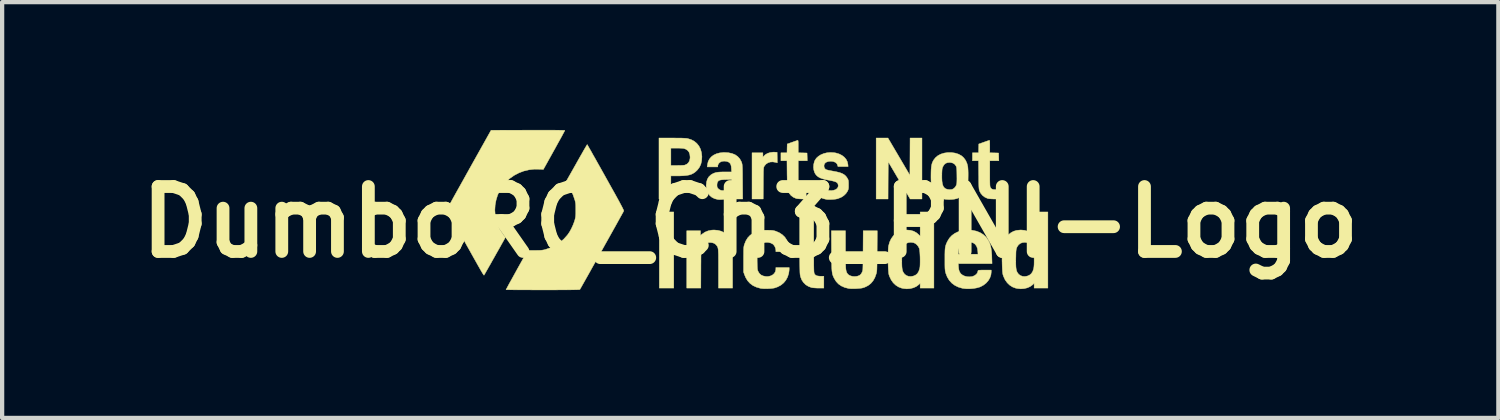
<source format=kicad_pcb>
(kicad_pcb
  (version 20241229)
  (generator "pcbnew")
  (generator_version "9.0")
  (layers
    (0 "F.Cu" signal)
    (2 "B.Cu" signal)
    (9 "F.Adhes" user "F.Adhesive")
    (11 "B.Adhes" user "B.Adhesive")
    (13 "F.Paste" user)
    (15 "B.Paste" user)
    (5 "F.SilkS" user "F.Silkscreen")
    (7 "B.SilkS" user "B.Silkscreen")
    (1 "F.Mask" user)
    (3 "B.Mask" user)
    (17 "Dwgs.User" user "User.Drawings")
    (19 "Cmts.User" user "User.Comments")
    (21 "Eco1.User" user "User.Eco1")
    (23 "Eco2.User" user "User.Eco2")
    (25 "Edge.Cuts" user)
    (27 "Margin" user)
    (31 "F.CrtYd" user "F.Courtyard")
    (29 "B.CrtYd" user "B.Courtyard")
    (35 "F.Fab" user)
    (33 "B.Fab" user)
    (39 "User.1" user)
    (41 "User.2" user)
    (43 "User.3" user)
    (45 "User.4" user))
  (footprint "DumboRC_Ch3_PNI-Logo"
    (layer "F.Cu")
    (at 14.558 2.162)
    (property "Reference" "DumboRC_Ch3_PNI-Logo" (at 0 0 0) (layer "F.SilkS") (effects (font (size 1.524 1.524) (thickness 0.3))))
    (attr through_hole)
    (fp_poly (pts (xy -1.795 1.549) (xy -2.134 1.549) (xy -2.134 -0.237) (xy -1.795 -0.237) (xy -1.795 1.549)) (stroke (width 0.01) (type solid)) (fill yes) (layer "F.SilkS"))
    (fp_poly (pts (xy 3.747 -1.098) (xy 3.751 -1.973) (xy 4.03 -1.973) (xy 4.03 -0.542) (xy 3.753 -0.542) (xy 3.496 -0.979) (xy 3.239 -1.416) (xy 3.236 -0.979) (xy 3.234 -0.542) (xy 2.955 -0.542) (xy 2.955 -1.973) (xy 3.232 -1.973) (xy 3.747 -1.098)) (stroke (width 0.01) (type solid)) (fill yes) (layer "F.SilkS"))
    (fp_poly (pts (xy 0.564 -1.641) (xy 0.631 -1.638) (xy 0.635 -1.391) (xy 0.591 -1.403) (xy 0.527 -1.413) (xy 0.467 -1.409) (xy 0.414 -1.391) (xy 0.368 -1.36) (xy 0.333 -1.317) (xy 0.327 -1.308) (xy 0.323 -1.299) (xy 0.319 -1.29) (xy 0.316 -1.279) (xy 0.314 -1.264) (xy 0.312 -1.243) (xy 0.311 -1.215) (xy 0.309 -1.179) (xy 0.309 -1.132) (xy 0.308 -1.074) (xy 0.307 -1.002) (xy 0.307 -0.914) (xy 0.307 -0.908) (xy 0.304 -0.542) (xy 0.042 -0.542) (xy 0.042 -1.626) (xy 0.296 -1.626) (xy 0.297 -1.573) (xy 0.297 -1.52) (xy 0.314 -1.543) (xy 0.354 -1.582) (xy 0.405 -1.612) (xy 0.466 -1.632) (xy 0.534 -1.641) (xy 0.564 -1.641)) (stroke (width 0.01) (type solid)) (fill yes) (layer "F.SilkS"))
    (fp_poly (pts (xy 1.49 0.472) (xy 1.49 0.599) (xy 1.49 0.709) (xy 1.49 0.805) (xy 1.491 0.888) (xy 1.491 0.958) (xy 1.491 1.016) (xy 1.492 1.064) (xy 1.493 1.103) (xy 1.494 1.134) (xy 1.495 1.158) (xy 1.497 1.177) (xy 1.499 1.19) (xy 1.501 1.2) (xy 1.503 1.207) (xy 1.505 1.211) (xy 1.523 1.237) (xy 1.549 1.255) (xy 1.585 1.265) (xy 1.633 1.27) (xy 1.653 1.27) (xy 1.727 1.27) (xy 1.727 1.549) (xy 1.607 1.549) (xy 1.559 1.548) (xy 1.513 1.545) (xy 1.475 1.542) (xy 1.447 1.538) (xy 1.443 1.538) (xy 1.369 1.511) (xy 1.304 1.472) (xy 1.251 1.42) (xy 1.209 1.358) (xy 1.181 1.285) (xy 1.172 1.246) (xy 1.17 1.231) (xy 1.168 1.21) (xy 1.166 1.182) (xy 1.165 1.146) (xy 1.164 1.102) (xy 1.163 1.048) (xy 1.162 0.984) (xy 1.161 0.907) (xy 1.161 0.818) (xy 1.161 0.714) (xy 1.16 0.596) (xy 1.16 0.472) (xy 1.16 -0.237) (xy 1.49 -0.237) (xy 1.49 0.472)) (stroke (width 0.01) (type solid)) (fill yes) (layer "F.SilkS"))
    (fp_poly (pts (xy -1.835 -1.973) (xy -1.747 -1.972) (xy -1.674 -1.972) (xy -1.615 -1.971) (xy -1.567 -1.969) (xy -1.53 -1.967) (xy -1.5 -1.965) (xy -1.477 -1.962) (xy -1.469 -1.96) (xy -1.387 -1.935) (xy -1.315 -1.897) (xy -1.254 -1.846) (xy -1.205 -1.785) (xy -1.168 -1.713) (xy -1.145 -1.632) (xy -1.135 -1.542) (xy -1.135 -1.527) (xy -1.141 -1.438) (xy -1.159 -1.359) (xy -1.191 -1.29) (xy -1.237 -1.228) (xy -1.253 -1.211) (xy -1.293 -1.175) (xy -1.335 -1.146) (xy -1.38 -1.123) (xy -1.432 -1.106) (xy -1.492 -1.095) (xy -1.563 -1.088) (xy -1.647 -1.084) (xy -1.695 -1.084) (xy -1.863 -1.084) (xy -1.863 -0.542) (xy -2.142 -0.542) (xy -2.142 -1.736) (xy -1.863 -1.736) (xy -1.863 -1.329) (xy -1.712 -1.329) (xy -1.653 -1.33) (xy -1.603 -1.331) (xy -1.564 -1.334) (xy -1.538 -1.337) (xy -1.532 -1.339) (xy -1.483 -1.363) (xy -1.447 -1.398) (xy -1.423 -1.445) (xy -1.412 -1.503) (xy -1.412 -1.53) (xy -1.419 -1.592) (xy -1.438 -1.643) (xy -1.471 -1.684) (xy -1.515 -1.712) (xy -1.559 -1.727) (xy -1.582 -1.73) (xy -1.619 -1.733) (xy -1.663 -1.735) (xy -1.712 -1.736) (xy -1.732 -1.736) (xy -1.863 -1.736) (xy -2.142 -1.736) (xy -2.142 -1.973) (xy -1.835 -1.973)) (stroke (width 0.01) (type solid)) (fill yes) (layer "F.SilkS"))
    (fp_poly (pts (xy 1.12 -1.915) (xy 1.123 -1.905) (xy 1.125 -1.887) (xy 1.126 -1.857) (xy 1.126 -1.814) (xy 1.126 -1.775) (xy 1.126 -1.626) (xy 1.23 -1.624) (xy 1.333 -1.621) (xy 1.336 -1.53) (xy 1.338 -1.439) (xy 1.126 -1.439) (xy 1.126 -1.141) (xy 1.126 -1.061) (xy 1.126 -0.996) (xy 1.127 -0.944) (xy 1.128 -0.904) (xy 1.129 -0.874) (xy 1.131 -0.851) (xy 1.133 -0.835) (xy 1.137 -0.823) (xy 1.141 -0.814) (xy 1.141 -0.813) (xy 1.158 -0.788) (xy 1.18 -0.773) (xy 1.212 -0.764) (xy 1.255 -0.762) (xy 1.312 -0.762) (xy 1.312 -0.542) (xy 1.213 -0.542) (xy 1.167 -0.544) (xy 1.125 -0.547) (xy 1.092 -0.551) (xy 1.078 -0.554) (xy 1.012 -0.583) (xy 0.957 -0.624) (xy 0.913 -0.677) (xy 0.887 -0.727) (xy 0.883 -0.74) (xy 0.879 -0.753) (xy 0.876 -0.767) (xy 0.873 -0.786) (xy 0.871 -0.81) (xy 0.87 -0.841) (xy 0.868 -0.881) (xy 0.867 -0.932) (xy 0.867 -0.996) (xy 0.866 -1.075) (xy 0.865 -1.107) (xy 0.862 -1.439) (xy 0.72 -1.439) (xy 0.72 -1.626) (xy 0.863 -1.626) (xy 0.865 -1.729) (xy 0.868 -1.833) (xy 0.982 -1.873) (xy 1.024 -1.888) (xy 1.062 -1.901) (xy 1.091 -1.911) (xy 1.109 -1.917) (xy 1.111 -1.918) (xy 1.117 -1.919) (xy 1.12 -1.915)) (stroke (width 0.01) (type solid)) (fill yes) (layer "F.SilkS"))
    (fp_poly (pts (xy 5.616 -1.915) (xy 5.619 -1.905) (xy 5.621 -1.887) (xy 5.621 -1.857) (xy 5.622 -1.814) (xy 5.622 -1.775) (xy 5.622 -1.626) (xy 5.726 -1.624) (xy 5.829 -1.621) (xy 5.832 -1.53) (xy 5.834 -1.439) (xy 5.622 -1.439) (xy 5.622 -1.141) (xy 5.622 -1.061) (xy 5.622 -0.996) (xy 5.623 -0.944) (xy 5.624 -0.904) (xy 5.625 -0.874) (xy 5.627 -0.851) (xy 5.629 -0.835) (xy 5.632 -0.823) (xy 5.636 -0.814) (xy 5.637 -0.813) (xy 5.653 -0.788) (xy 5.676 -0.773) (xy 5.708 -0.764) (xy 5.751 -0.762) (xy 5.808 -0.762) (xy 5.808 -0.542) (xy 5.709 -0.542) (xy 5.662 -0.544) (xy 5.62 -0.547) (xy 5.588 -0.551) (xy 5.573 -0.554) (xy 5.508 -0.583) (xy 5.453 -0.624) (xy 5.409 -0.677) (xy 5.383 -0.727) (xy 5.378 -0.74) (xy 5.375 -0.753) (xy 5.371 -0.767) (xy 5.369 -0.786) (xy 5.367 -0.81) (xy 5.365 -0.841) (xy 5.364 -0.881) (xy 5.363 -0.932) (xy 5.362 -0.996) (xy 5.362 -1.075) (xy 5.361 -1.107) (xy 5.358 -1.439) (xy 5.215 -1.439) (xy 5.215 -1.626) (xy 5.359 -1.626) (xy 5.361 -1.729) (xy 5.364 -1.833) (xy 5.478 -1.873) (xy 5.52 -1.888) (xy 5.558 -1.901) (xy 5.587 -1.911) (xy 5.604 -1.917) (xy 5.607 -1.918) (xy 5.612 -1.919) (xy 5.616 -1.915)) (stroke (width 0.01) (type solid)) (fill yes) (layer "F.SilkS"))
    (fp_poly (pts (xy -0.76 0.194) (xy -0.679 0.215) (xy -0.609 0.25) (xy -0.548 0.299) (xy -0.498 0.36) (xy -0.46 0.433) (xy -0.434 0.517) (xy -0.428 0.545) (xy -0.425 0.565) (xy -0.422 0.588) (xy -0.42 0.616) (xy -0.419 0.651) (xy -0.417 0.694) (xy -0.416 0.746) (xy -0.416 0.81) (xy -0.415 0.885) (xy -0.415 0.975) (xy -0.415 1.08) (xy -0.415 1.549) (xy -0.745 1.549) (xy -0.745 1.097) (xy -0.745 0.994) (xy -0.745 0.906) (xy -0.746 0.832) (xy -0.746 0.771) (xy -0.748 0.721) (xy -0.75 0.68) (xy -0.752 0.648) (xy -0.756 0.622) (xy -0.76 0.602) (xy -0.766 0.586) (xy -0.773 0.572) (xy -0.781 0.56) (xy -0.791 0.547) (xy -0.792 0.544) (xy -0.826 0.511) (xy -0.869 0.49) (xy -0.921 0.48) (xy -0.948 0.479) (xy -1.009 0.485) (xy -1.06 0.505) (xy -1.102 0.538) (xy -1.136 0.586) (xy -1.137 0.588) (xy -1.141 0.596) (xy -1.145 0.604) (xy -1.148 0.614) (xy -1.15 0.628) (xy -1.152 0.646) (xy -1.153 0.67) (xy -1.154 0.701) (xy -1.155 0.742) (xy -1.156 0.793) (xy -1.157 0.856) (xy -1.157 0.932) (xy -1.158 1.022) (xy -1.158 1.086) (xy -1.16 1.549) (xy -1.49 1.549) (xy -1.49 0.203) (xy -1.168 0.203) (xy -1.168 0.314) (xy -1.128 0.281) (xy -1.062 0.236) (xy -0.989 0.206) (xy -0.907 0.189) (xy -0.848 0.186) (xy -0.76 0.194)) (stroke (width 0.01) (type solid)) (fill yes) (layer "F.SilkS"))
    (fp_poly (pts (xy 2.235 0.642) (xy 2.235 0.746) (xy 2.236 0.836) (xy 2.236 0.911) (xy 2.237 0.974) (xy 2.239 1.025) (xy 2.241 1.068) (xy 2.244 1.102) (xy 2.248 1.129) (xy 2.253 1.151) (xy 2.259 1.17) (xy 2.266 1.186) (xy 2.274 1.201) (xy 2.279 1.208) (xy 2.306 1.237) (xy 2.345 1.259) (xy 2.393 1.273) (xy 2.445 1.278) (xy 2.499 1.273) (xy 2.524 1.267) (xy 2.561 1.253) (xy 2.588 1.233) (xy 2.611 1.203) (xy 2.626 1.173) (xy 2.631 1.163) (xy 2.634 1.154) (xy 2.637 1.143) (xy 2.64 1.13) (xy 2.642 1.112) (xy 2.643 1.089) (xy 2.644 1.058) (xy 2.645 1.019) (xy 2.646 0.97) (xy 2.647 0.91) (xy 2.647 0.837) (xy 2.648 0.749) (xy 2.648 0.667) (xy 2.651 0.203) (xy 2.981 0.203) (xy 2.978 0.675) (xy 2.978 0.777) (xy 2.977 0.863) (xy 2.976 0.936) (xy 2.975 0.995) (xy 2.974 1.044) (xy 2.973 1.084) (xy 2.972 1.116) (xy 2.97 1.141) (xy 2.968 1.161) (xy 2.965 1.178) (xy 2.962 1.193) (xy 2.958 1.208) (xy 2.957 1.213) (xy 2.925 1.302) (xy 2.883 1.377) (xy 2.83 1.44) (xy 2.765 1.49) (xy 2.689 1.528) (xy 2.637 1.545) (xy 2.605 1.551) (xy 2.561 1.556) (xy 2.51 1.56) (xy 2.455 1.563) (xy 2.402 1.563) (xy 2.354 1.562) (xy 2.318 1.559) (xy 2.31 1.558) (xy 2.218 1.535) (xy 2.139 1.5) (xy 2.072 1.454) (xy 2.016 1.395) (xy 1.972 1.324) (xy 1.969 1.318) (xy 1.957 1.294) (xy 1.947 1.272) (xy 1.939 1.25) (xy 1.931 1.227) (xy 1.926 1.201) (xy 1.921 1.171) (xy 1.917 1.136) (xy 1.914 1.093) (xy 1.912 1.042) (xy 1.911 0.98) (xy 1.909 0.907) (xy 1.908 0.82) (xy 1.908 0.719) (xy 1.907 0.671) (xy 1.904 0.203) (xy 2.235 0.203) (xy 2.235 0.642)) (stroke (width 0.01) (type solid)) (fill yes) (layer "F.SilkS"))
    (fp_poly (pts (xy 4.31 1.549) (xy 3.988 1.549) (xy 3.988 1.437) (xy 3.949 1.473) (xy 3.893 1.514) (xy 3.826 1.543) (xy 3.752 1.561) (xy 3.674 1.567) (xy 3.594 1.559) (xy 3.556 1.551) (xy 3.481 1.523) (xy 3.414 1.48) (xy 3.355 1.424) (xy 3.307 1.356) (xy 3.269 1.277) (xy 3.254 1.232) (xy 3.249 1.205) (xy 3.245 1.165) (xy 3.241 1.112) (xy 3.238 1.051) (xy 3.236 0.984) (xy 3.235 0.926) (xy 3.557 0.926) (xy 3.558 0.991) (xy 3.56 1.044) (xy 3.564 1.086) (xy 3.57 1.121) (xy 3.578 1.149) (xy 3.589 1.174) (xy 3.59 1.177) (xy 3.622 1.222) (xy 3.664 1.254) (xy 3.714 1.273) (xy 3.77 1.277) (xy 3.83 1.267) (xy 3.83 1.266) (xy 3.882 1.243) (xy 3.923 1.208) (xy 3.953 1.16) (xy 3.974 1.099) (xy 3.98 1.072) (xy 3.984 1.038) (xy 3.986 0.992) (xy 3.987 0.938) (xy 3.987 0.879) (xy 3.986 0.818) (xy 3.983 0.76) (xy 3.98 0.706) (xy 3.975 0.661) (xy 3.97 0.629) (xy 3.967 0.619) (xy 3.946 0.575) (xy 3.914 0.535) (xy 3.876 0.503) (xy 3.836 0.485) (xy 3.834 0.484) (xy 3.769 0.475) (xy 3.712 0.481) (xy 3.661 0.501) (xy 3.62 0.535) (xy 3.588 0.582) (xy 3.58 0.601) (xy 3.574 0.617) (xy 3.569 0.634) (xy 3.565 0.654) (xy 3.563 0.679) (xy 3.561 0.712) (xy 3.559 0.756) (xy 3.558 0.812) (xy 3.558 0.847) (xy 3.557 0.926) (xy 3.235 0.926) (xy 3.235 0.913) (xy 3.235 0.841) (xy 3.235 0.771) (xy 3.236 0.705) (xy 3.238 0.647) (xy 3.241 0.599) (xy 3.245 0.563) (xy 3.247 0.556) (xy 3.271 0.47) (xy 3.307 0.393) (xy 3.354 0.327) (xy 3.382 0.298) (xy 3.442 0.25) (xy 3.506 0.216) (xy 3.576 0.195) (xy 3.655 0.187) (xy 3.677 0.186) (xy 3.76 0.193) (xy 3.834 0.214) (xy 3.9 0.25) (xy 3.951 0.293) (xy 3.988 0.33) (xy 3.988 -0.237) (xy 4.31 -0.237) (xy 4.31 1.549)) (stroke (width 0.01) (type solid)) (fill yes) (layer "F.SilkS"))
    (fp_poly (pts (xy 6.985 1.549) (xy 6.663 1.549) (xy 6.663 1.437) (xy 6.625 1.473) (xy 6.568 1.514) (xy 6.502 1.543) (xy 6.428 1.561) (xy 6.35 1.567) (xy 6.27 1.559) (xy 6.231 1.551) (xy 6.156 1.523) (xy 6.089 1.48) (xy 6.031 1.424) (xy 5.982 1.356) (xy 5.945 1.277) (xy 5.93 1.232) (xy 5.925 1.205) (xy 5.92 1.165) (xy 5.917 1.112) (xy 5.914 1.051) (xy 5.912 0.984) (xy 5.911 0.926) (xy 6.232 0.926) (xy 6.233 0.991) (xy 6.235 1.044) (xy 6.239 1.086) (xy 6.245 1.121) (xy 6.253 1.149) (xy 6.264 1.174) (xy 6.265 1.177) (xy 6.297 1.222) (xy 6.339 1.254) (xy 6.389 1.273) (xy 6.445 1.277) (xy 6.505 1.267) (xy 6.506 1.266) (xy 6.557 1.243) (xy 6.598 1.208) (xy 6.629 1.16) (xy 6.65 1.099) (xy 6.655 1.072) (xy 6.659 1.038) (xy 6.662 0.992) (xy 6.663 0.938) (xy 6.663 0.879) (xy 6.661 0.818) (xy 6.659 0.76) (xy 6.655 0.706) (xy 6.651 0.661) (xy 6.645 0.629) (xy 6.643 0.619) (xy 6.622 0.575) (xy 6.59 0.535) (xy 6.552 0.503) (xy 6.511 0.485) (xy 6.509 0.484) (xy 6.445 0.475) (xy 6.387 0.481) (xy 6.337 0.501) (xy 6.295 0.535) (xy 6.263 0.582) (xy 6.255 0.601) (xy 6.249 0.617) (xy 6.244 0.634) (xy 6.241 0.654) (xy 6.238 0.679) (xy 6.236 0.712) (xy 6.235 0.756) (xy 6.234 0.812) (xy 6.233 0.847) (xy 6.232 0.926) (xy 5.911 0.926) (xy 5.91 0.913) (xy 5.91 0.841) (xy 5.91 0.771) (xy 5.912 0.705) (xy 5.914 0.647) (xy 5.917 0.599) (xy 5.921 0.563) (xy 5.922 0.556) (xy 5.946 0.47) (xy 5.982 0.393) (xy 6.03 0.327) (xy 6.057 0.298) (xy 6.118 0.25) (xy 6.181 0.216) (xy 6.251 0.195) (xy 6.331 0.187) (xy 6.353 0.186) (xy 6.436 0.193) (xy 6.509 0.214) (xy 6.575 0.25) (xy 6.627 0.293) (xy 6.663 0.33) (xy 6.663 -0.237) (xy 6.985 -0.237) (xy 6.985 1.549)) (stroke (width 0.01) (type solid)) (fill yes) (layer "F.SilkS"))
    (fp_poly (pts (xy 4.81 -1.619) (xy 4.888 -1.594) (xy 4.956 -1.557) (xy 5.012 -1.507) (xy 5.056 -1.446) (xy 5.088 -1.373) (xy 5.106 -1.3) (xy 5.109 -1.264) (xy 5.112 -1.216) (xy 5.114 -1.158) (xy 5.114 -1.096) (xy 5.113 -1.033) (xy 5.112 -0.972) (xy 5.109 -0.916) (xy 5.105 -0.871) (xy 5.101 -0.841) (xy 5.076 -0.76) (xy 5.04 -0.691) (xy 4.992 -0.634) (xy 4.932 -0.588) (xy 4.859 -0.555) (xy 4.844 -0.55) (xy 4.79 -0.538) (xy 4.725 -0.531) (xy 4.658 -0.529) (xy 4.595 -0.533) (xy 4.565 -0.537) (xy 4.489 -0.559) (xy 4.42 -0.592) (xy 4.361 -0.636) (xy 4.314 -0.689) (xy 4.289 -0.73) (xy 4.275 -0.763) (xy 4.264 -0.796) (xy 4.255 -0.834) (xy 4.249 -0.878) (xy 4.245 -0.93) (xy 4.243 -0.994) (xy 4.242 -1.035) (xy 4.497 -1.035) (xy 4.5 -0.964) (xy 4.508 -0.906) (xy 4.521 -0.86) (xy 4.539 -0.824) (xy 4.563 -0.798) (xy 4.591 -0.78) (xy 4.629 -0.768) (xy 4.674 -0.762) (xy 4.718 -0.764) (xy 4.747 -0.771) (xy 4.782 -0.792) (xy 4.813 -0.824) (xy 4.835 -0.863) (xy 4.839 -0.873) (xy 4.844 -0.89) (xy 4.847 -0.911) (xy 4.849 -0.937) (xy 4.85 -0.972) (xy 4.851 -1.019) (xy 4.85 -1.079) (xy 4.85 -1.098) (xy 4.849 -1.159) (xy 4.848 -1.205) (xy 4.846 -1.24) (xy 4.844 -1.265) (xy 4.841 -1.283) (xy 4.837 -1.297) (xy 4.832 -1.31) (xy 4.826 -1.321) (xy 4.796 -1.36) (xy 4.755 -1.385) (xy 4.705 -1.398) (xy 4.678 -1.399) (xy 4.625 -1.394) (xy 4.584 -1.378) (xy 4.551 -1.349) (xy 4.526 -1.309) (xy 4.517 -1.29) (xy 4.51 -1.272) (xy 4.505 -1.254) (xy 4.502 -1.23) (xy 4.5 -1.198) (xy 4.498 -1.155) (xy 4.497 -1.122) (xy 4.497 -1.035) (xy 4.242 -1.035) (xy 4.242 -1.073) (xy 4.242 -1.084) (xy 4.243 -1.167) (xy 4.245 -1.234) (xy 4.25 -1.29) (xy 4.257 -1.337) (xy 4.267 -1.377) (xy 4.281 -1.413) (xy 4.299 -1.447) (xy 4.303 -1.455) (xy 4.348 -1.512) (xy 4.404 -1.559) (xy 4.472 -1.595) (xy 4.55 -1.619) (xy 4.636 -1.632) (xy 4.72 -1.632) (xy 4.81 -1.619)) (stroke (width 0.01) (type solid)) (fill yes) (layer "F.SilkS"))
    (fp_poly (pts (xy 5.215 0.193) (xy 5.309 0.213) (xy 5.392 0.246) (xy 5.466 0.291) (xy 5.529 0.348) (xy 5.559 0.386) (xy 5.592 0.437) (xy 5.618 0.49) (xy 5.637 0.547) (xy 5.652 0.613) (xy 5.662 0.688) (xy 5.669 0.777) (xy 5.67 0.823) (xy 5.675 0.974) (xy 4.883 0.974) (xy 4.887 1.048) (xy 4.893 1.104) (xy 4.904 1.148) (xy 4.922 1.184) (xy 4.944 1.214) (xy 4.982 1.244) (xy 5.03 1.267) (xy 5.086 1.281) (xy 5.145 1.285) (xy 5.203 1.279) (xy 5.22 1.275) (xy 5.262 1.257) (xy 5.298 1.232) (xy 5.325 1.202) (xy 5.338 1.172) (xy 5.343 1.151) (xy 5.347 1.137) (xy 5.353 1.133) (xy 5.368 1.13) (xy 5.395 1.128) (xy 5.436 1.127) (xy 5.491 1.126) (xy 5.503 1.126) (xy 5.656 1.126) (xy 5.656 1.172) (xy 5.648 1.242) (xy 5.624 1.31) (xy 5.587 1.373) (xy 5.537 1.43) (xy 5.476 1.478) (xy 5.407 1.516) (xy 5.388 1.524) (xy 5.319 1.544) (xy 5.24 1.558) (xy 5.157 1.565) (xy 5.074 1.565) (xy 4.998 1.557) (xy 4.976 1.553) (xy 4.882 1.525) (xy 4.801 1.485) (xy 4.73 1.432) (xy 4.671 1.367) (xy 4.624 1.29) (xy 4.589 1.201) (xy 4.584 1.181) (xy 4.579 1.162) (xy 4.575 1.141) (xy 4.573 1.118) (xy 4.57 1.088) (xy 4.569 1.051) (xy 4.568 1.003) (xy 4.568 0.943) (xy 4.568 0.872) (xy 4.568 0.792) (xy 4.568 0.754) (xy 4.883 0.754) (xy 5.345 0.754) (xy 5.341 0.687) (xy 5.331 0.618) (xy 5.31 0.563) (xy 5.277 0.519) (xy 5.234 0.489) (xy 5.179 0.472) (xy 5.114 0.467) (xy 5.098 0.467) (xy 5.034 0.477) (xy 4.982 0.498) (xy 4.941 0.531) (xy 4.912 0.576) (xy 4.894 0.634) (xy 4.887 0.688) (xy 4.883 0.754) (xy 4.568 0.754) (xy 4.569 0.726) (xy 4.57 0.673) (xy 4.573 0.629) (xy 4.578 0.592) (xy 4.585 0.56) (xy 4.594 0.53) (xy 4.606 0.5) (xy 4.621 0.467) (xy 4.63 0.449) (xy 4.674 0.377) (xy 4.731 0.316) (xy 4.799 0.266) (xy 4.878 0.227) (xy 4.967 0.201) (xy 5.064 0.188) (xy 5.114 0.186) (xy 5.215 0.193)) (stroke (width 0.01) (type solid)) (fill yes) (layer "F.SilkS"))
    (fp_poly (pts (xy 0.394 0.191) (xy 0.447 0.192) (xy 0.486 0.193) (xy 0.517 0.195) (xy 0.543 0.199) (xy 0.568 0.205) (xy 0.595 0.213) (xy 0.598 0.214) (xy 0.682 0.25) (xy 0.753 0.297) (xy 0.812 0.354) (xy 0.858 0.423) (xy 0.89 0.502) (xy 0.902 0.547) (xy 0.908 0.585) (xy 0.913 0.624) (xy 0.914 0.65) (xy 0.914 0.694) (xy 0.601 0.694) (xy 0.601 0.658) (xy 0.594 0.616) (xy 0.576 0.573) (xy 0.55 0.535) (xy 0.527 0.514) (xy 0.478 0.49) (xy 0.422 0.477) (xy 0.363 0.477) (xy 0.305 0.488) (xy 0.272 0.501) (xy 0.232 0.531) (xy 0.199 0.572) (xy 0.176 0.622) (xy 0.169 0.647) (xy 0.166 0.674) (xy 0.164 0.717) (xy 0.162 0.774) (xy 0.162 0.844) (xy 0.162 0.904) (xy 0.163 0.969) (xy 0.164 1.02) (xy 0.166 1.059) (xy 0.167 1.088) (xy 0.17 1.11) (xy 0.173 1.127) (xy 0.178 1.141) (xy 0.184 1.156) (xy 0.185 1.158) (xy 0.215 1.207) (xy 0.256 1.243) (xy 0.306 1.265) (xy 0.368 1.277) (xy 0.426 1.276) (xy 0.479 1.263) (xy 0.525 1.24) (xy 0.562 1.207) (xy 0.588 1.167) (xy 0.6 1.119) (xy 0.601 1.103) (xy 0.601 1.067) (xy 0.914 1.067) (xy 0.914 1.107) (xy 0.912 1.137) (xy 0.907 1.174) (xy 0.902 1.206) (xy 0.876 1.289) (xy 0.836 1.363) (xy 0.784 1.427) (xy 0.719 1.48) (xy 0.642 1.521) (xy 0.571 1.546) (xy 0.532 1.553) (xy 0.481 1.559) (xy 0.424 1.562) (xy 0.365 1.563) (xy 0.308 1.562) (xy 0.26 1.558) (xy 0.237 1.554) (xy 0.144 1.527) (xy 0.064 1.49) (xy -0.004 1.44) (xy -0.06 1.379) (xy -0.105 1.306) (xy -0.133 1.24) (xy -0.157 1.173) (xy -0.157 0.881) (xy -0.157 0.802) (xy -0.156 0.739) (xy -0.156 0.688) (xy -0.155 0.648) (xy -0.154 0.617) (xy -0.152 0.593) (xy -0.149 0.573) (xy -0.146 0.556) (xy -0.141 0.539) (xy -0.137 0.525) (xy -0.103 0.441) (xy -0.06 0.37) (xy -0.004 0.311) (xy 0.063 0.264) (xy 0.097 0.246) (xy 0.14 0.226) (xy 0.179 0.212) (xy 0.218 0.202) (xy 0.259 0.195) (xy 0.308 0.192) (xy 0.368 0.191) (xy 0.394 0.191)) (stroke (width 0.01) (type solid)) (fill yes) (layer "F.SilkS"))
    (fp_poly (pts (xy -0.513 -1.628) (xy -0.429 -1.61) (xy -0.356 -1.581) (xy -0.296 -1.539) (xy -0.247 -1.486) (xy -0.211 -1.422) (xy -0.2 -1.394) (xy -0.196 -1.381) (xy -0.193 -1.367) (xy -0.19 -1.352) (xy -0.188 -1.333) (xy -0.186 -1.308) (xy -0.184 -1.276) (xy -0.183 -1.236) (xy -0.182 -1.185) (xy -0.181 -1.123) (xy -0.181 -1.047) (xy -0.18 -0.956) (xy -0.18 -0.942) (xy -0.177 -0.542) (xy -0.432 -0.542) (xy -0.432 -0.626) (xy -0.476 -0.593) (xy -0.507 -0.572) (xy -0.539 -0.554) (xy -0.559 -0.546) (xy -0.589 -0.539) (xy -0.63 -0.533) (xy -0.675 -0.529) (xy -0.718 -0.528) (xy -0.753 -0.53) (xy -0.758 -0.53) (xy -0.834 -0.549) (xy -0.898 -0.58) (xy -0.95 -0.623) (xy -0.99 -0.677) (xy -1.017 -0.742) (xy -1.031 -0.818) (xy -1.033 -0.864) (xy -1.032 -0.869) (xy -0.781 -0.869) (xy -0.779 -0.833) (xy -0.769 -0.804) (xy -0.767 -0.801) (xy -0.737 -0.77) (xy -0.696 -0.748) (xy -0.683 -0.744) (xy -0.647 -0.74) (xy -0.603 -0.742) (xy -0.558 -0.749) (xy -0.522 -0.761) (xy -0.521 -0.762) (xy -0.488 -0.784) (xy -0.465 -0.814) (xy -0.451 -0.855) (xy -0.443 -0.909) (xy -0.442 -0.926) (xy -0.438 -1.001) (xy -0.568 -0.998) (xy -0.628 -0.996) (xy -0.673 -0.992) (xy -0.707 -0.986) (xy -0.731 -0.977) (xy -0.749 -0.965) (xy -0.762 -0.947) (xy -0.768 -0.938) (xy -0.778 -0.907) (xy -0.781 -0.869) (xy -1.032 -0.869) (xy -1.026 -0.94) (xy -1.006 -1.006) (xy -0.973 -1.061) (xy -0.926 -1.106) (xy -0.891 -1.128) (xy -0.858 -1.145) (xy -0.825 -1.157) (xy -0.789 -1.166) (xy -0.746 -1.172) (xy -0.694 -1.175) (xy -0.63 -1.177) (xy -0.594 -1.177) (xy -0.438 -1.177) (xy -0.442 -1.255) (xy -0.447 -1.309) (xy -0.457 -1.35) (xy -0.474 -1.379) (xy -0.499 -1.402) (xy -0.519 -1.413) (xy -0.564 -1.427) (xy -0.615 -1.431) (xy -0.665 -1.424) (xy -0.692 -1.414) (xy -0.725 -1.392) (xy -0.749 -1.362) (xy -0.761 -1.328) (xy -0.762 -1.319) (xy -0.762 -1.295) (xy -1.01 -1.295) (xy -1.004 -1.348) (xy -0.989 -1.416) (xy -0.96 -1.476) (xy -0.917 -1.528) (xy -0.863 -1.57) (xy -0.796 -1.602) (xy -0.72 -1.623) (xy -0.635 -1.633) (xy -0.608 -1.634) (xy -0.513 -1.628)) (stroke (width 0.01) (type solid)) (fill yes) (layer "F.SilkS"))
    (fp_poly (pts (xy 1.964 -1.629) (xy 2.009 -1.622) (xy 2.085 -1.599) (xy 2.151 -1.566) (xy 2.206 -1.524) (xy 2.249 -1.474) (xy 2.278 -1.417) (xy 2.292 -1.356) (xy 2.292 -1.354) (xy 2.297 -1.304) (xy 2.177 -1.304) (xy 2.058 -1.304) (xy 2.049 -1.337) (xy 2.031 -1.374) (xy 1.998 -1.402) (xy 1.952 -1.42) (xy 1.941 -1.423) (xy 1.892 -1.428) (xy 1.841 -1.424) (xy 1.797 -1.411) (xy 1.77 -1.397) (xy 1.745 -1.37) (xy 1.732 -1.337) (xy 1.732 -1.301) (xy 1.743 -1.267) (xy 1.766 -1.24) (xy 1.775 -1.234) (xy 1.794 -1.227) (xy 1.826 -1.218) (xy 1.87 -1.209) (xy 1.922 -1.199) (xy 1.945 -1.195) (xy 2.028 -1.179) (xy 2.097 -1.162) (xy 2.152 -1.142) (xy 2.197 -1.118) (xy 2.233 -1.089) (xy 2.263 -1.054) (xy 2.282 -1.023) (xy 2.293 -1.003) (xy 2.3 -0.985) (xy 2.304 -0.966) (xy 2.306 -0.941) (xy 2.307 -0.906) (xy 2.307 -0.876) (xy 2.307 -0.832) (xy 2.306 -0.8) (xy 2.302 -0.777) (xy 2.297 -0.757) (xy 2.288 -0.736) (xy 2.284 -0.727) (xy 2.246 -0.67) (xy 2.195 -0.621) (xy 2.133 -0.581) (xy 2.06 -0.552) (xy 2.042 -0.546) (xy 1.996 -0.538) (xy 1.94 -0.532) (xy 1.881 -0.529) (xy 1.827 -0.529) (xy 1.786 -0.533) (xy 1.709 -0.552) (xy 1.64 -0.581) (xy 1.581 -0.62) (xy 1.534 -0.667) (xy 1.499 -0.72) (xy 1.479 -0.779) (xy 1.473 -0.83) (xy 1.473 -0.872) (xy 1.71 -0.872) (xy 1.719 -0.839) (xy 1.737 -0.803) (xy 1.767 -0.774) (xy 1.808 -0.753) (xy 1.855 -0.741) (xy 1.907 -0.739) (xy 1.96 -0.747) (xy 2.005 -0.763) (xy 2.039 -0.788) (xy 2.06 -0.821) (xy 2.066 -0.858) (xy 2.057 -0.898) (xy 2.054 -0.905) (xy 2.038 -0.924) (xy 2.013 -0.94) (xy 1.974 -0.955) (xy 1.922 -0.968) (xy 1.855 -0.981) (xy 1.851 -0.982) (xy 1.765 -0.998) (xy 1.695 -1.017) (xy 1.638 -1.038) (xy 1.592 -1.064) (xy 1.556 -1.095) (xy 1.527 -1.132) (xy 1.511 -1.163) (xy 1.492 -1.222) (xy 1.484 -1.287) (xy 1.489 -1.354) (xy 1.505 -1.418) (xy 1.516 -1.445) (xy 1.551 -1.499) (xy 1.6 -1.544) (xy 1.659 -1.581) (xy 1.727 -1.609) (xy 1.802 -1.627) (xy 1.882 -1.634) (xy 1.964 -1.629)) (stroke (width 0.01) (type solid)) (fill yes) (layer "F.SilkS"))
    (fp_poly (pts (xy -4.799 -2.157) (xy -4.692 -2.157) (xy -4.6 -2.157) (xy -4.523 -2.156) (xy -4.461 -2.155) (xy -4.413 -2.154) (xy -4.379 -2.153) (xy -4.359 -2.152) (xy -4.352 -2.15) (xy -4.352 -2.15) (xy -4.356 -2.141) (xy -4.367 -2.119) (xy -4.386 -2.085) (xy -4.41 -2.039) (xy -4.44 -1.984) (xy -4.475 -1.921) (xy -4.514 -1.851) (xy -4.556 -1.775) (xy -4.6 -1.694) (xy -4.604 -1.688) (xy -4.856 -1.235) (xy -4.936 -1.24) (xy -5.066 -1.242) (xy -5.193 -1.227) (xy -5.316 -1.198) (xy -5.433 -1.153) (xy -5.543 -1.095) (xy -5.645 -1.023) (xy -5.736 -0.939) (xy -5.815 -0.844) (xy -5.879 -0.74) (xy -5.93 -0.631) (xy -5.965 -0.517) (xy -5.987 -0.4) (xy -5.994 -0.281) (xy -5.986 -0.162) (xy -5.963 -0.045) (xy -5.925 0.069) (xy -5.873 0.179) (xy -5.805 0.282) (xy -5.804 0.284) (xy -5.781 0.314) (xy -5.763 0.339) (xy -5.752 0.356) (xy -5.749 0.361) (xy -5.753 0.369) (xy -5.764 0.39) (xy -5.782 0.423) (xy -5.806 0.466) (xy -5.835 0.517) (xy -5.867 0.575) (xy -5.903 0.639) (xy -5.941 0.706) (xy -5.98 0.775) (xy -6.02 0.846) (xy -6.059 0.915) (xy -6.096 0.982) (xy -6.132 1.044) (xy -6.164 1.101) (xy -6.193 1.151) (xy -6.216 1.192) (xy -6.234 1.223) (xy -6.245 1.242) (xy -6.248 1.247) (xy -6.254 1.243) (xy -6.267 1.225) (xy -6.285 1.197) (xy -6.307 1.16) (xy -6.332 1.117) (xy -6.335 1.112) (xy -6.38 1.033) (xy -6.427 0.949) (xy -6.478 0.859) (xy -6.53 0.766) (xy -6.583 0.671) (xy -6.638 0.574) (xy -6.692 0.477) (xy -6.746 0.381) (xy -6.798 0.287) (xy -6.849 0.196) (xy -6.897 0.109) (xy -6.942 0.028) (xy -6.984 -0.047) (xy -7.021 -0.114) (xy -7.053 -0.172) (xy -7.08 -0.22) (xy -7.1 -0.257) (xy -7.114 -0.282) (xy -7.12 -0.294) (xy -7.12 -0.295) (xy -7.116 -0.303) (xy -7.104 -0.324) (xy -7.085 -0.359) (xy -7.059 -0.406) (xy -7.027 -0.464) (xy -6.989 -0.533) (xy -6.946 -0.611) (xy -6.898 -0.697) (xy -6.845 -0.792) (xy -6.789 -0.892) (xy -6.729 -0.999) (xy -6.667 -1.111) (xy -6.602 -1.227) (xy -6.602 -1.228) (xy -6.083 -2.155) (xy -5.217 -2.157) (xy -5.061 -2.157) (xy -4.922 -2.157) (xy -4.799 -2.157)) (stroke (width 0.01) (type solid)) (fill yes) (layer "F.SilkS"))
    (fp_poly (pts (xy -3.823 -1.813) (xy -3.81 -1.792) (xy -3.791 -1.758) (xy -3.765 -1.712) (xy -3.732 -1.655) (xy -3.695 -1.588) (xy -3.652 -1.513) (xy -3.605 -1.429) (xy -3.554 -1.338) (xy -3.5 -1.242) (xy -3.443 -1.14) (xy -3.392 -1.049) (xy -3.322 -0.923) (xy -3.26 -0.812) (xy -3.205 -0.714) (xy -3.157 -0.628) (xy -3.116 -0.553) (xy -3.081 -0.489) (xy -3.052 -0.435) (xy -3.028 -0.39) (xy -3.009 -0.354) (xy -2.994 -0.324) (xy -2.983 -0.301) (xy -2.975 -0.284) (xy -2.971 -0.272) (xy -2.969 -0.264) (xy -2.97 -0.26) (xy -2.97 -0.259) (xy -2.975 -0.249) (xy -2.988 -0.225) (xy -3.008 -0.189) (xy -3.035 -0.141) (xy -3.067 -0.083) (xy -3.104 -0.016) (xy -3.146 0.06) (xy -3.192 0.142) (xy -3.241 0.23) (xy -3.293 0.323) (xy -3.347 0.42) (xy -3.403 0.519) (xy -3.459 0.62) (xy -3.516 0.722) (xy -3.572 0.822) (xy -3.627 0.921) (xy -3.681 1.017) (xy -3.733 1.11) (xy -3.781 1.197) (xy -3.827 1.278) (xy -3.868 1.351) (xy -3.905 1.417) (xy -3.937 1.473) (xy -3.962 1.518) (xy -3.982 1.552) (xy -3.994 1.574) (xy -3.998 1.581) (xy -4.003 1.583) (xy -4.015 1.585) (xy -4.034 1.586) (xy -4.062 1.587) (xy -4.099 1.588) (xy -4.146 1.589) (xy -4.205 1.59) (xy -4.275 1.59) (xy -4.358 1.591) (xy -4.454 1.591) (xy -4.565 1.592) (xy -4.69 1.592) (xy -4.832 1.592) (xy -4.869 1.592) (xy -4.989 1.592) (xy -5.103 1.592) (xy -5.211 1.591) (xy -5.313 1.591) (xy -5.406 1.591) (xy -5.489 1.59) (xy -5.562 1.59) (xy -5.624 1.589) (xy -5.673 1.588) (xy -5.708 1.588) (xy -5.728 1.587) (xy -5.732 1.587) (xy -5.728 1.578) (xy -5.716 1.557) (xy -5.698 1.523) (xy -5.674 1.478) (xy -5.644 1.423) (xy -5.609 1.361) (xy -5.57 1.29) (xy -5.528 1.214) (xy -5.484 1.134) (xy -5.478 1.123) (xy -5.223 0.665) (xy -5.056 0.665) (xy -4.996 0.664) (xy -4.95 0.664) (xy -4.914 0.662) (xy -4.884 0.659) (xy -4.857 0.655) (xy -4.83 0.649) (xy -4.813 0.645) (xy -4.692 0.604) (xy -4.578 0.55) (xy -4.473 0.481) (xy -4.378 0.401) (xy -4.295 0.309) (xy -4.283 0.294) (xy -4.239 0.229) (xy -4.197 0.153) (xy -4.16 0.072) (xy -4.13 -0.007) (xy -4.117 -0.048) (xy -4.109 -0.08) (xy -4.103 -0.108) (xy -4.099 -0.136) (xy -4.097 -0.168) (xy -4.095 -0.207) (xy -4.095 -0.257) (xy -4.095 -0.284) (xy -4.095 -0.341) (xy -4.096 -0.384) (xy -4.098 -0.419) (xy -4.101 -0.448) (xy -4.106 -0.475) (xy -4.113 -0.505) (xy -4.117 -0.518) (xy -4.157 -0.636) (xy -4.21 -0.749) (xy -4.276 -0.854) (xy -4.313 -0.902) (xy -4.335 -0.928) (xy -4.083 -1.374) (xy -4.038 -1.454) (xy -3.996 -1.529) (xy -3.956 -1.598) (xy -3.921 -1.66) (xy -3.89 -1.714) (xy -3.864 -1.758) (xy -3.845 -1.791) (xy -3.832 -1.812) (xy -3.827 -1.82) (xy -3.827 -1.82) (xy -3.823 -1.813)) (stroke (width 0.01) (type solid)) (fill yes) (layer "F.SilkS")))
  (gr_rect
    (start -3 -3)
    (end 32.116 6.759)
    (stroke (width 0.1) (type default))
    (fill no)
    (layer "Edge.Cuts")))
</source>
